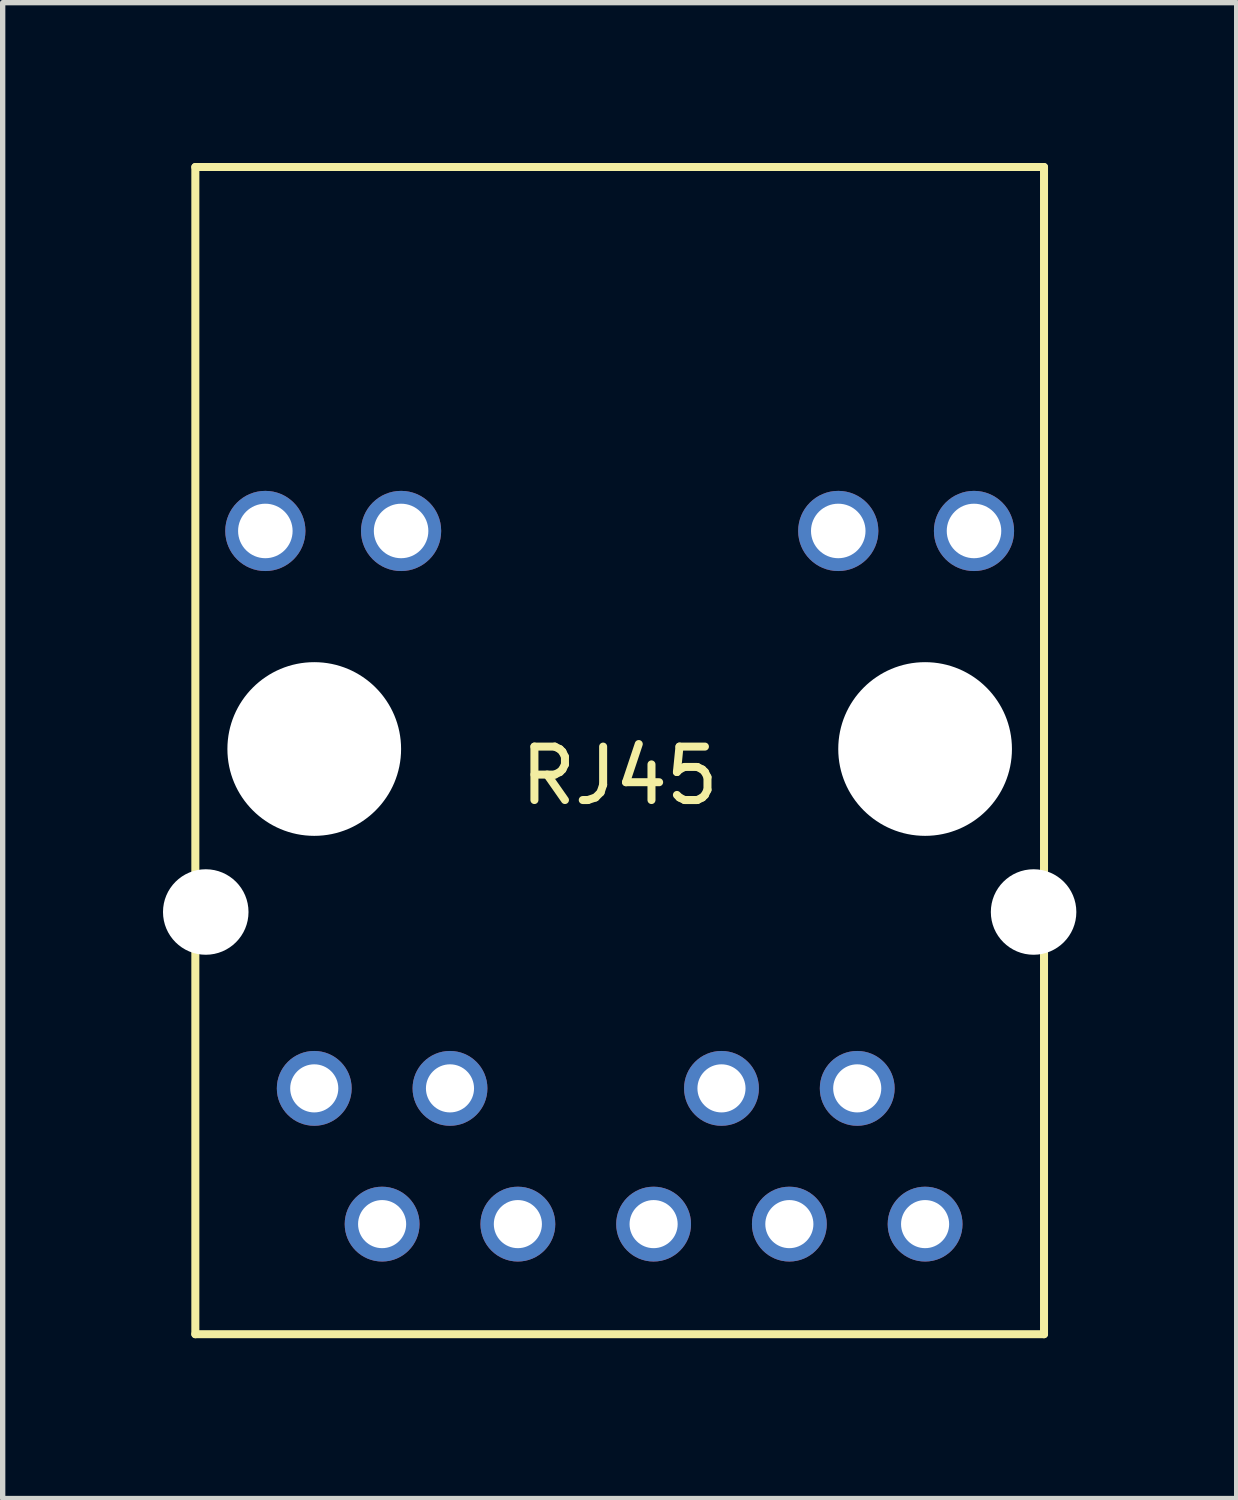
<source format=kicad_pcb>
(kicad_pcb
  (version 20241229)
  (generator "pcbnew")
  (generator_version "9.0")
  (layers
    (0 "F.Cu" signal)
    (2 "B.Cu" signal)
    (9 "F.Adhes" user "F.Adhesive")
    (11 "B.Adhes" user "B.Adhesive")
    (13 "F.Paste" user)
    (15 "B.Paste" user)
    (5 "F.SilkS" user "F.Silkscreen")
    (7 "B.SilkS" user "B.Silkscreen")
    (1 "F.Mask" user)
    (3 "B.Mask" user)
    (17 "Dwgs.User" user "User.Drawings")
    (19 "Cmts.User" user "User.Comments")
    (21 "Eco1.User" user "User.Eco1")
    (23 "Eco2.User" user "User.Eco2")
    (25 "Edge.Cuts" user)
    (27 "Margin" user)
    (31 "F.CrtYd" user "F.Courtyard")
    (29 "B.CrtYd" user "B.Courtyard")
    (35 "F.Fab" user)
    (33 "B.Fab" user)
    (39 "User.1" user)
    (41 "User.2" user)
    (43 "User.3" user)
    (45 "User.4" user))
  (footprint "RJ45"
    (layer "F.Cu")
    (at 8.545 10.965)
    (property "Reference" "RJ45" (at 0 0.5 0) (layer "F.SilkS") (effects (font (size 1 1) (thickness 0.15))))
    (attr through_hole)
    (fp_line (start -7.94 -10.89) (end -7.94 10.95) (stroke (width 0.15) (type solid)) (layer "F.SilkS"))
    (fp_line (start -7.94 -10.89) (end 7.94 -10.89) (stroke (width 0.15) (type solid)) (layer "F.SilkS"))
    (fp_line (start 7.94 -10.89) (end 7.94 10.95) (stroke (width 0.15) (type solid)) (layer "F.SilkS"))
    (fp_line (start 7.94 10.95) (end -7.94 10.95) (stroke (width 0.15) (type solid)) (layer "F.SilkS"))
    (pad "" np_thru_hole circle (at -7.745 3.05) (size 1.6 1.6) (drill 1.6) (layers "*.Cu" "*.Mask"))
    (pad "" np_thru_hole circle (at -5.715 0) (size 3.25 3.25) (drill 3.25) (layers "*.Cu" "*.Mask"))
    (pad "" np_thru_hole circle (at 5.715 0) (size 3.25 3.25) (drill 3.25) (layers "*.Cu" "*.Mask"))
    (pad "" np_thru_hole circle (at 7.745 3.05) (size 1.6 1.6) (drill 1.6) (layers "*.Cu" "*.Mask"))
    (pad "1" thru_hole circle (at 5.715 8.89) (size 1.4 1.4) (drill 0.9) (layers "*.Cu" "*.Mask"))
    (pad "2" thru_hole circle (at 4.445 6.35) (size 1.4 1.4) (drill 0.9) (layers "*.Cu" "*.Mask"))
    (pad "3" thru_hole circle (at 3.175 8.89) (size 1.4 1.4) (drill 0.9) (layers "*.Cu" "*.Mask"))
    (pad "4" thru_hole circle (at 1.905 6.35) (size 1.4 1.4) (drill 0.9) (layers "*.Cu" "*.Mask"))
    (pad "5" thru_hole circle (at 0.635 8.89) (size 1.4 1.4) (drill 0.9) (layers "*.Cu" "*.Mask"))
    (pad "7" thru_hole circle (at -1.905 8.89) (size 1.4 1.4) (drill 0.9) (layers "*.Cu" "*.Mask"))
    (pad "8" thru_hole circle (at -3.175 6.35) (size 1.4 1.4) (drill 0.9) (layers "*.Cu" "*.Mask"))
    (pad "9" thru_hole circle (at -4.445 8.89) (size 1.4 1.4) (drill 0.9) (layers "*.Cu" "*.Mask"))
    (pad "10" thru_hole circle (at -5.715 6.35) (size 1.4 1.4) (drill 0.9) (layers "*.Cu" "*.Mask"))
    (pad "11" thru_hole circle (at 6.63 -4.08) (size 1.5 1.5) (drill 1.02) (layers "*.Cu" "*.Mask"))
    (pad "12" thru_hole circle (at 4.09 -4.08) (size 1.5 1.5) (drill 1.02) (layers "*.Cu" "*.Mask"))
    (pad "13" thru_hole circle (at -4.09 -4.08) (size 1.5 1.5) (drill 1.02) (layers "*.Cu" "*.Mask"))
    (pad "14" thru_hole circle (at -6.63 -4.08) (size 1.5 1.5) (drill 1.02) (layers "*.Cu" "*.Mask")))
  (gr_rect
    (start -3 -3)
    (end 20.09 24.99)
    (stroke (width 0.1) (type default))
    (fill no)
    (layer "Edge.Cuts")))
</source>
